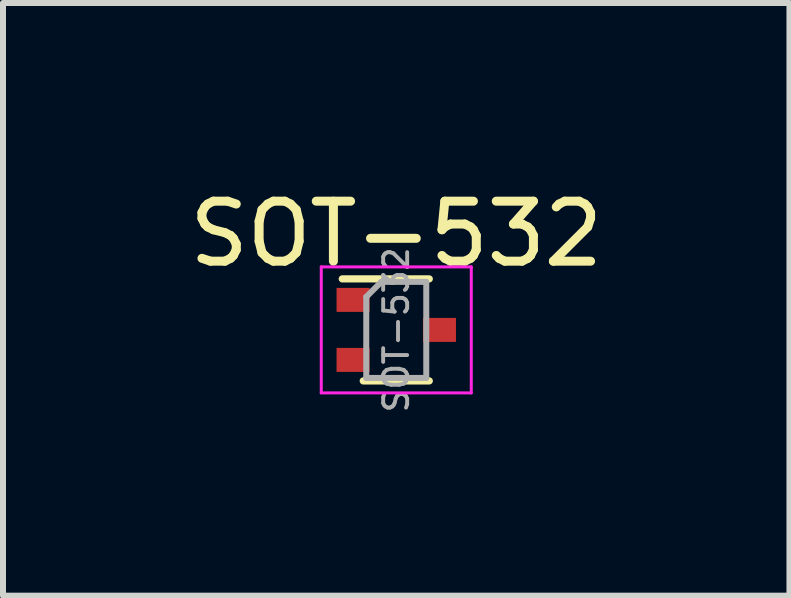
<source format=kicad_pcb>
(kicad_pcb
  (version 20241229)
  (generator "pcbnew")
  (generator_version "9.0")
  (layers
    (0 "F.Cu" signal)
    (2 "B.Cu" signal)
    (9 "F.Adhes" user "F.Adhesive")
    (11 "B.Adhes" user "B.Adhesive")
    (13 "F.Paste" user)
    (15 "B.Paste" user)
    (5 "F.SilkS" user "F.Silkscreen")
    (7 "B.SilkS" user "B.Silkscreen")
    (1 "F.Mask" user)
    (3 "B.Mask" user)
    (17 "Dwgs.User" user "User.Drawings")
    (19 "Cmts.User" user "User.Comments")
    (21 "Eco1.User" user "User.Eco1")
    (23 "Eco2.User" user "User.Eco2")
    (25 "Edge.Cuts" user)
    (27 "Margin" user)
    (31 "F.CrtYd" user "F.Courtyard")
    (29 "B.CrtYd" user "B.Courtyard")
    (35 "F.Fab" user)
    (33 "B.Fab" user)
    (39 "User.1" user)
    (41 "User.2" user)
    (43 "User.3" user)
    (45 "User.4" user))
  (footprint "SOT-532"
    (layer "F.Cu")
    (at 3.554 2.448)
    (property "Reference" "SOT-532" (at 0 -1.6 0) (layer "F.SilkS") (effects (font (size 1 1) (thickness 0.15))))
    (attr smd)
    (fp_line (start 0.55 -0.85) (end -0.9 -0.85) (stroke (width 0.12) (type solid)) (layer "F.SilkS"))
    (fp_line (start 0.55 0.85) (end -0.55 0.85) (stroke (width 0.12) (type solid)) (layer "F.SilkS"))
    (fp_line (start -1.25 1.05) (end -1.25 -1.05) (stroke (width 0.05) (type solid)) (layer "F.CrtYd"))
    (fp_line (start -1.25 1.05) (end 1.25 1.05) (stroke (width 0.05) (type solid)) (layer "F.CrtYd"))
    (fp_line (start 1.25 -1.05) (end -1.25 -1.05) (stroke (width 0.05) (type solid)) (layer "F.CrtYd"))
    (fp_line (start 1.25 -1.05) (end 1.25 1.05) (stroke (width 0.05) (type solid)) (layer "F.CrtYd"))
    (fp_line (start -0.5 -0.55) (end -0.5 0.8) (stroke (width 0.1) (type solid)) (layer "F.Fab"))
    (fp_line (start -0.5 0.8) (end 0.5 0.8) (stroke (width 0.1) (type solid)) (layer "F.Fab"))
    (fp_line (start -0.25 -0.8) (end -0.5 -0.55) (stroke (width 0.1) (type solid)) (layer "F.Fab"))
    (fp_line (start 0.5 -0.8) (end -0.25 -0.8) (stroke (width 0.1) (type solid)) (layer "F.Fab"))
    (fp_line (start 0.5 0.8) (end 0.5 -0.8) (stroke (width 0.1) (type solid)) (layer "F.Fab"))
    (fp_text user "${REFERENCE}" (at 0 0 90) (layer "F.Fab") (effects (font (size 0.4 0.4) (thickness 0.065))))
    (pad "1" smd rect (at -0.72 -0.5 270) (size 0.4 0.55) (layers "F.Cu" "F.Mask" "F.Paste"))
    (pad "2" smd rect (at -0.72 0.5 270) (size 0.4 0.55) (layers "F.Cu" "F.Mask" "F.Paste"))
    (pad "3" smd rect (at 0.72 0 270) (size 0.4 0.55) (layers "F.Cu" "F.Mask" "F.Paste")))
  (gr_rect
    (start -3 -3)
    (end 10.107 6.877)
    (stroke (width 0.1) (type default))
    (fill no)
    (layer "Edge.Cuts")))
</source>
